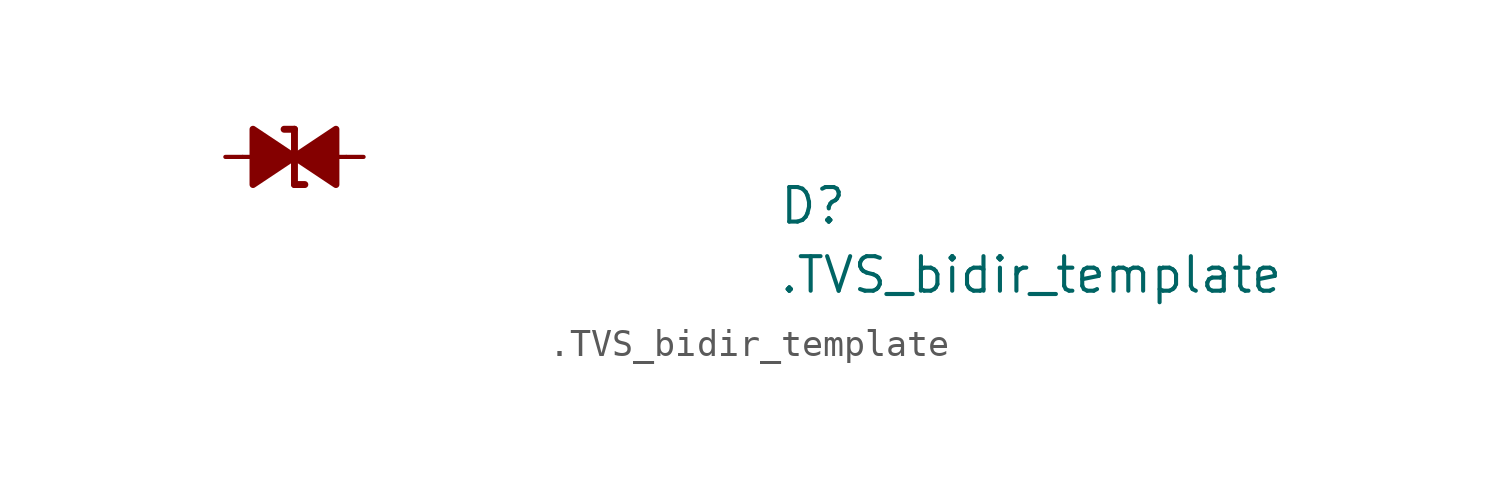
<source format=kicad_sym>
(kicad_symbol_lib
  (version 20220914)
  (generator kicad_symbol_editor)
  (symbol ".TVS_bidir_template"
    (pin_numbers hide)
    (pin_names hide)
    (property "Reference" "D"
      (at 20.32 -2.54 0)
      (effects (font (size 1.27 1.27) (thickness 0.15)) (justify left bottom)))
    (property "Value" ".TVS_bidir_template"
      (at 20.32 -5.08 0)
      (effects (font (size 1.27 1.27) (thickness 0.15)) (justify left bottom)))
    (symbol ".TVS_bidir_template_0_0"
      (text "" (at 7.62 -1.27 0) (effects (font (size 1.27 1.27)))))
    (symbol ".TVS_bidir_template_0_1"
      (polyline (pts (xy 0.635 0) (xy 4.445 0)) (stroke (width 0) (type default)) (fill (type none))))
    (symbol ".TVS_bidir_template_1_1"
      (polyline (pts (xy 2.54 1.016) (xy 2.159 1.016)) (stroke (width 0.254) (type default)) (fill (type none)))
      (polyline (pts (xy 2.54 1.016) (xy 2.54 -1.016)) (stroke (width 0.254) (type default)) (fill (type none)))
      (polyline (pts (xy 2.921 -1.016) (xy 2.54 -1.016)) (stroke (width 0.254) (type default)) (fill (type none)))
      (polyline (pts (xy 1.016 -1.016) (xy 1.016 1.016) (xy 2.54 0) (xy 1.016 -1.016)) (stroke (width 0.254) (type default)) (fill (type outline)))
      (polyline (pts (xy 4.064 1.016) (xy 4.064 -1.016) (xy 2.54 0) (xy 4.064 1.016)) (stroke (width 0.254) (type default)) (fill (type outline)))
      (pin passive line (at 0 0 0) (length 0.635) (name "C" (effects (font (size 1.27 1.27)))) (number "1" (effects (font (size 1.27 1.27)))))
      (pin passive line (at 5.08 0 180) (length 0.635) (name "A" (effects (font (size 1.27 1.27)))) (number "2" (effects (font (size 1.27 1.27))))))))
</source>
